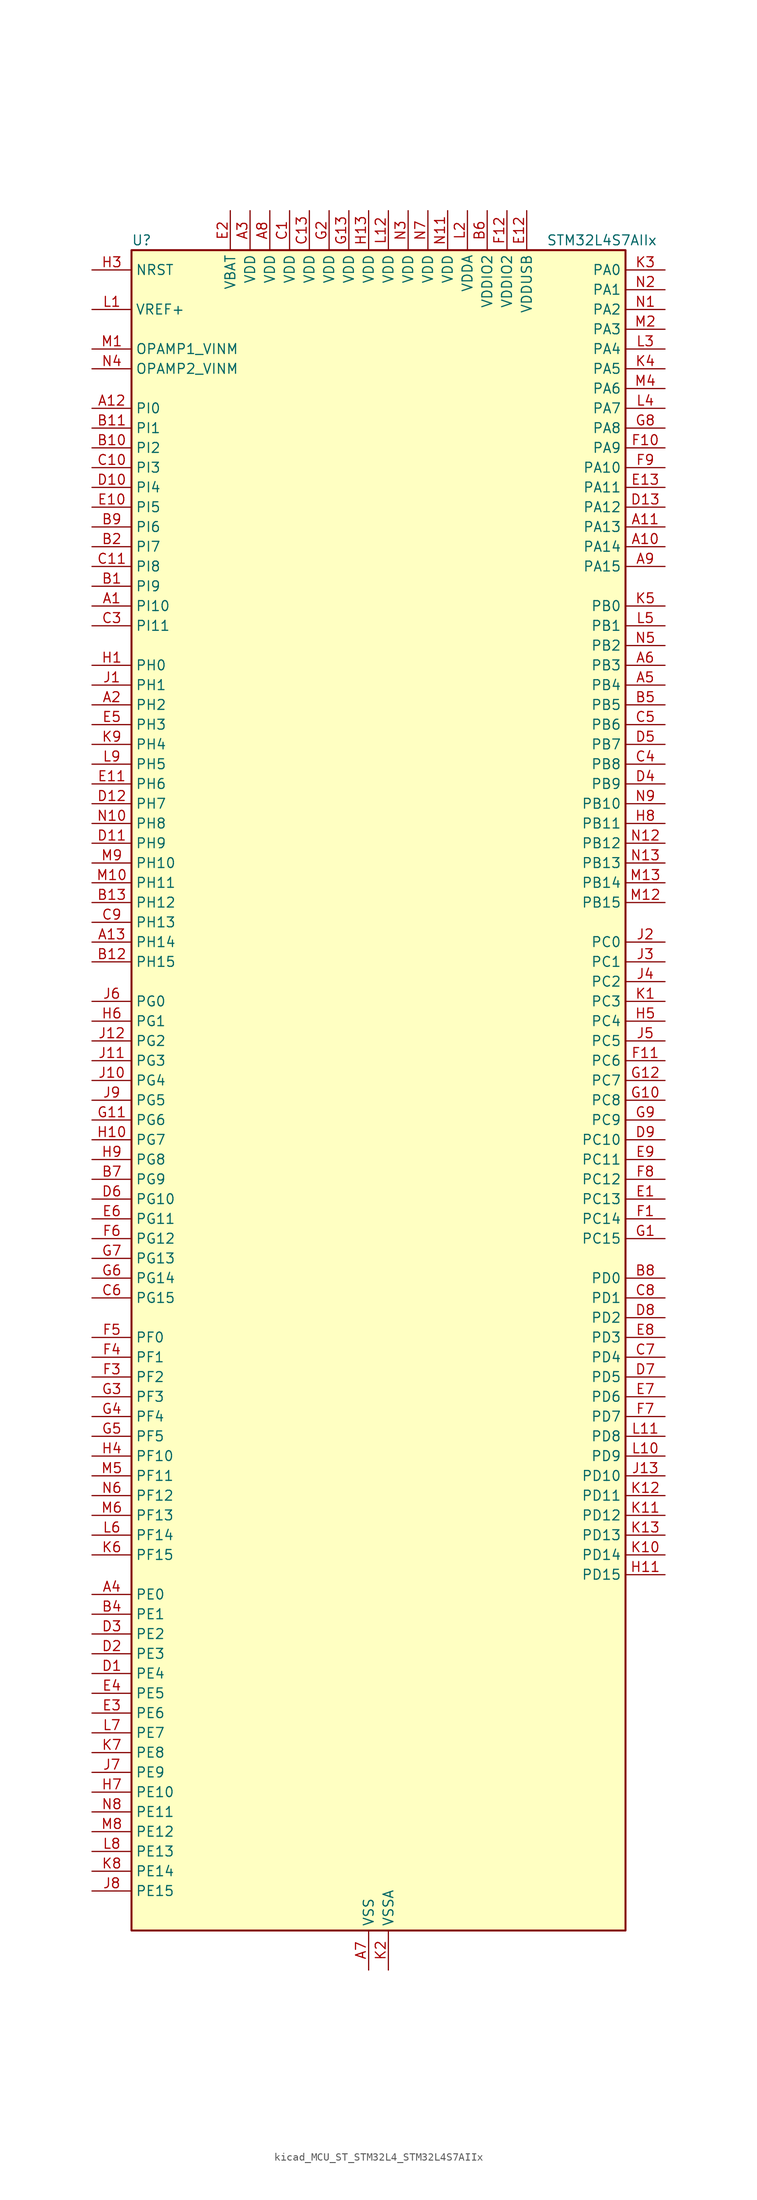
<source format=kicad_sym>
(kicad_symbol_lib
  (version 20220914)
  (generator kicad_symbol_editor)
  (symbol "kicad_MCU_ST_STM32L4_STM32L4S7AIIx"
    (property "Reference" "U"
      (at -30.48 110.49 0)
      (effects (font (size 1.27 1.27)) (justify left)))
    (property "Value" "STM32L4S7AIIx"
      (at 22.86 110.49 0)
      (effects (font (size 1.27 1.27)) (justify left)))
    (property "ki_locked" ""
      (at 0 0 0)
      (effects (font (size 1.27 1.27))))
    (symbol "kicad_MCU_ST_STM32L4_STM32L4S7AIIx_0_1"
      (rectangle (start -30.48 -106.68) (end 33.02 109.22) (stroke (width 0.254) (type default)) (fill (type background))))
    (symbol "kicad_MCU_ST_STM32L4_STM32L4S7AIIx_1_1"
      (pin bidirectional line (at -35.56 63.5 0) (length 5.08) (name "PI10" (effects (font (size 1.27 1.27)))) (number "A1" (effects (font (size 1.27 1.27)))) (alternate "OCTOSPIM_P2_IO1" bidirectional line))
      (pin bidirectional line (at 38.1 71.12 180) (length 5.08) (name "PA14" (effects (font (size 1.27 1.27)))) (number "A10" (effects (font (size 1.27 1.27)))) (alternate "I2C1_SMBA" bidirectional line) (alternate "I2C4_SMBA" bidirectional line) (alternate "LPTIM1_OUT" bidirectional line) (alternate "SAI1_FS_B" bidirectional line) (alternate "SYS_JTCK-SWCLK" bidirectional line) (alternate "USB_OTG_FS_SOF" bidirectional line))
      (pin bidirectional line (at 38.1 73.66 180) (length 5.08) (name "PA13" (effects (font (size 1.27 1.27)))) (number "A11" (effects (font (size 1.27 1.27)))) (alternate "IR_OUT" bidirectional line) (alternate "SAI1_SD_B" bidirectional line) (alternate "SYS_JTMS-SWDIO" bidirectional line) (alternate "USB_OTG_FS_NOE" bidirectional line))
      (pin bidirectional line (at -35.56 88.9 0) (length 5.08) (name "PI0" (effects (font (size 1.27 1.27)))) (number "A12" (effects (font (size 1.27 1.27)))) (alternate "DCMI_D13" bidirectional line) (alternate "OCTOSPIM_P1_IO5" bidirectional line) (alternate "SPI2_NSS" bidirectional line) (alternate "TIM5_CH4" bidirectional line))
      (pin bidirectional line (at -35.56 20.32 0) (length 5.08) (name "PH14" (effects (font (size 1.27 1.27)))) (number "A13" (effects (font (size 1.27 1.27)))) (alternate "DCMI_D4" bidirectional line) (alternate "TIM8_CH2N" bidirectional line))
      (pin bidirectional line (at -35.56 50.8 0) (length 5.08) (name "PH2" (effects (font (size 1.27 1.27)))) (number "A2" (effects (font (size 1.27 1.27)))) (alternate "OCTOSPIM_P1_IO4" bidirectional line))
      (pin power_in line (at -15.24 114.3 270) (length 5.08) (name "VDD" (effects (font (size 1.27 1.27)))) (number "A3" (effects (font (size 1.27 1.27)))))
      (pin bidirectional line (at -35.56 -63.5 0) (length 5.08) (name "PE0" (effects (font (size 1.27 1.27)))) (number "A4" (effects (font (size 1.27 1.27)))) (alternate "DCMI_D2" bidirectional line) (alternate "FMC_NBL0" bidirectional line) (alternate "LTDC_HSYNC" bidirectional line) (alternate "TIM16_CH1" bidirectional line) (alternate "TIM4_ETR" bidirectional line))
      (pin bidirectional line (at 38.1 53.34 180) (length 5.08) (name "PB4" (effects (font (size 1.27 1.27)))) (number "A5" (effects (font (size 1.27 1.27)))) (alternate "COMP2_INP" bidirectional line) (alternate "DCMI_D12" bidirectional line) (alternate "I2C3_SDA" bidirectional line) (alternate "SAI1_MCLK_B" bidirectional line) (alternate "SPI1_MISO" bidirectional line) (alternate "SPI3_MISO" bidirectional line) (alternate "SYS_JTRST" bidirectional line) (alternate "TIM17_BKIN" bidirectional line) (alternate "TIM3_CH1" bidirectional line) (alternate "TSC_G2_IO1" bidirectional line) (alternate "UART5_DE" bidirectional line) (alternate "UART5_RTS" bidirectional line) (alternate "USART1_CTS" bidirectional line) (alternate "USART1_NSS" bidirectional line))
      (pin bidirectional line (at 38.1 55.88 180) (length 5.08) (name "PB3" (effects (font (size 1.27 1.27)))) (number "A6" (effects (font (size 1.27 1.27)))) (alternate "COMP2_INM" bidirectional line) (alternate "CRS_SYNC" bidirectional line) (alternate "SAI1_SCK_B" bidirectional line) (alternate "SPI1_SCK" bidirectional line) (alternate "SPI3_SCK" bidirectional line) (alternate "SYS_JTDO-SWO" bidirectional line) (alternate "TIM2_CH2" bidirectional line) (alternate "USART1_DE" bidirectional line) (alternate "USART1_RTS" bidirectional line))
      (pin power_in line (at 0 -111.76 90) (length 5.08) (name "VSS" (effects (font (size 1.27 1.27)))) (number "A7" (effects (font (size 1.27 1.27)))))
      (pin power_in line (at -12.7 114.3 270) (length 5.08) (name "VDD" (effects (font (size 1.27 1.27)))) (number "A8" (effects (font (size 1.27 1.27)))))
      (pin bidirectional line (at 38.1 68.58 180) (length 5.08) (name "PA15" (effects (font (size 1.27 1.27)))) (number "A9" (effects (font (size 1.27 1.27)))) (alternate "ADC1_EXTI15" bidirectional line) (alternate "SAI2_FS_B" bidirectional line) (alternate "SPI1_NSS" bidirectional line) (alternate "SPI3_NSS" bidirectional line) (alternate "SYS_JTDI" bidirectional line) (alternate "TIM2_CH1" bidirectional line) (alternate "TIM2_ETR" bidirectional line) (alternate "TSC_G3_IO1" bidirectional line) (alternate "UART4_DE" bidirectional line) (alternate "UART4_RTS" bidirectional line) (alternate "USART2_RX" bidirectional line) (alternate "USART3_DE" bidirectional line) (alternate "USART3_RTS" bidirectional line))
      (pin bidirectional line (at -35.56 66.04 0) (length 5.08) (name "PI9" (effects (font (size 1.27 1.27)))) (number "B1" (effects (font (size 1.27 1.27)))) (alternate "CAN1_RX" bidirectional line) (alternate "DAC1_EXTI9" bidirectional line) (alternate "OCTOSPIM_P2_IO2" bidirectional line))
      (pin bidirectional line (at -35.56 83.82 0) (length 5.08) (name "PI2" (effects (font (size 1.27 1.27)))) (number "B10" (effects (font (size 1.27 1.27)))) (alternate "DCMI_D9" bidirectional line) (alternate "SPI2_MISO" bidirectional line) (alternate "TIM8_CH4" bidirectional line))
      (pin bidirectional line (at -35.56 86.36 0) (length 5.08) (name "PI1" (effects (font (size 1.27 1.27)))) (number "B11" (effects (font (size 1.27 1.27)))) (alternate "DCMI_D8" bidirectional line) (alternate "SPI2_SCK" bidirectional line))
      (pin bidirectional line (at -35.56 17.78 0) (length 5.08) (name "PH15" (effects (font (size 1.27 1.27)))) (number "B12" (effects (font (size 1.27 1.27)))) (alternate "ADC1_EXTI15" bidirectional line) (alternate "DCMI_D11" bidirectional line) (alternate "OCTOSPIM_P2_IO6" bidirectional line) (alternate "TIM8_CH3N" bidirectional line))
      (pin bidirectional line (at -35.56 25.4 0) (length 5.08) (name "PH12" (effects (font (size 1.27 1.27)))) (number "B13" (effects (font (size 1.27 1.27)))) (alternate "DCMI_D3" bidirectional line) (alternate "OCTOSPIM_P2_IO7" bidirectional line) (alternate "TIM5_CH3" bidirectional line))
      (pin bidirectional line (at -35.56 71.12 0) (length 5.08) (name "PI7" (effects (font (size 1.27 1.27)))) (number "B2" (effects (font (size 1.27 1.27)))) (alternate "DCMI_D7" bidirectional line) (alternate "TIM8_CH3" bidirectional line))
      (pin passive line (at 0 -111.76 90) (length 5.08) hide (name "VSS" (effects (font (size 1.27 1.27)))) (number "B3" (effects (font (size 1.27 1.27)))))
      (pin bidirectional line (at -35.56 -66.04 0) (length 5.08) (name "PE1" (effects (font (size 1.27 1.27)))) (number "B4" (effects (font (size 1.27 1.27)))) (alternate "DCMI_D3" bidirectional line) (alternate "FMC_NBL1" bidirectional line) (alternate "LTDC_VSYNC" bidirectional line) (alternate "TIM17_CH1" bidirectional line))
      (pin bidirectional line (at 38.1 50.8 180) (length 5.08) (name "PB5" (effects (font (size 1.27 1.27)))) (number "B5" (effects (font (size 1.27 1.27)))) (alternate "COMP2_OUT" bidirectional line) (alternate "DCMI_D10" bidirectional line) (alternate "I2C1_SMBA" bidirectional line) (alternate "LPTIM1_IN1" bidirectional line) (alternate "SAI1_SD_B" bidirectional line) (alternate "SPI1_MOSI" bidirectional line) (alternate "SPI3_MOSI" bidirectional line) (alternate "TIM16_BKIN" bidirectional line) (alternate "TIM3_CH2" bidirectional line) (alternate "TSC_G2_IO2" bidirectional line) (alternate "UART5_CTS" bidirectional line) (alternate "USART1_CK" bidirectional line))
      (pin power_in line (at 15.24 114.3 270) (length 5.08) (name "VDDIO2" (effects (font (size 1.27 1.27)))) (number "B6" (effects (font (size 1.27 1.27)))))
      (pin bidirectional line (at -35.56 -10.16 0) (length 5.08) (name "PG9" (effects (font (size 1.27 1.27)))) (number "B7" (effects (font (size 1.27 1.27)))) (alternate "DAC1_EXTI9" bidirectional line) (alternate "FMC_NCE" bidirectional line) (alternate "FMC_NE2" bidirectional line) (alternate "OCTOSPIM_P2_IO6" bidirectional line) (alternate "SAI2_SCK_A" bidirectional line) (alternate "SPI3_SCK" bidirectional line) (alternate "TIM15_CH1N" bidirectional line) (alternate "USART1_TX" bidirectional line))
      (pin bidirectional line (at 38.1 -22.86 180) (length 5.08) (name "PD0" (effects (font (size 1.27 1.27)))) (number "B8" (effects (font (size 1.27 1.27)))) (alternate "CAN1_RX" bidirectional line) (alternate "DFSDM1_DATIN7" bidirectional line) (alternate "FMC_D2" bidirectional line) (alternate "FMC_DA2" bidirectional line) (alternate "LTDC_B4" bidirectional line) (alternate "SPI2_NSS" bidirectional line))
      (pin bidirectional line (at -35.56 73.66 0) (length 5.08) (name "PI6" (effects (font (size 1.27 1.27)))) (number "B9" (effects (font (size 1.27 1.27)))) (alternate "DCMI_D6" bidirectional line) (alternate "OCTOSPIM_P2_CLK" bidirectional line) (alternate "TIM8_CH2" bidirectional line))
      (pin power_in line (at -10.16 114.3 270) (length 5.08) (name "VDD" (effects (font (size 1.27 1.27)))) (number "C1" (effects (font (size 1.27 1.27)))))
      (pin bidirectional line (at -35.56 81.28 0) (length 5.08) (name "PI3" (effects (font (size 1.27 1.27)))) (number "C10" (effects (font (size 1.27 1.27)))) (alternate "DCMI_D10" bidirectional line) (alternate "SPI2_MOSI" bidirectional line) (alternate "TIM8_ETR" bidirectional line))
      (pin bidirectional line (at -35.56 68.58 0) (length 5.08) (name "PI8" (effects (font (size 1.27 1.27)))) (number "C11" (effects (font (size 1.27 1.27)))) (alternate "DCMI_D12" bidirectional line) (alternate "OCTOSPIM_P2_NCS" bidirectional line))
      (pin passive line (at 0 -111.76 90) (length 5.08) hide (name "VSS" (effects (font (size 1.27 1.27)))) (number "C12" (effects (font (size 1.27 1.27)))))
      (pin power_in line (at -7.62 114.3 270) (length 5.08) (name "VDD" (effects (font (size 1.27 1.27)))) (number "C13" (effects (font (size 1.27 1.27)))))
      (pin passive line (at 0 -111.76 90) (length 5.08) hide (name "VSS" (effects (font (size 1.27 1.27)))) (number "C2" (effects (font (size 1.27 1.27)))))
      (pin bidirectional line (at -35.56 60.96 0) (length 5.08) (name "PI11" (effects (font (size 1.27 1.27)))) (number "C3" (effects (font (size 1.27 1.27)))) (alternate "ADC1_EXTI11" bidirectional line) (alternate "OCTOSPIM_P2_IO0" bidirectional line))
      (pin bidirectional line (at 38.1 43.18 180) (length 5.08) (name "PB8" (effects (font (size 1.27 1.27)))) (number "C4" (effects (font (size 1.27 1.27)))) (alternate "CAN1_RX" bidirectional line) (alternate "DCMI_D6" bidirectional line) (alternate "DFSDM1_CKOUT" bidirectional line) (alternate "DFSDM1_DATIN6" bidirectional line) (alternate "I2C1_SCL" bidirectional line) (alternate "LTDC_B1" bidirectional line) (alternate "SAI1_CK1" bidirectional line) (alternate "SAI1_MCLK_A" bidirectional line) (alternate "SDMMC1_CKIN" bidirectional line) (alternate "SDMMC1_D4" bidirectional line) (alternate "TIM16_CH1" bidirectional line) (alternate "TIM4_CH3" bidirectional line))
      (pin bidirectional line (at 38.1 48.26 180) (length 5.08) (name "PB6" (effects (font (size 1.27 1.27)))) (number "C5" (effects (font (size 1.27 1.27)))) (alternate "COMP2_INP" bidirectional line) (alternate "DCMI_D5" bidirectional line) (alternate "DFSDM1_DATIN5" bidirectional line) (alternate "I2C1_SCL" bidirectional line) (alternate "I2C4_SCL" bidirectional line) (alternate "LPTIM1_ETR" bidirectional line) (alternate "SAI1_FS_B" bidirectional line) (alternate "TIM16_CH1N" bidirectional line) (alternate "TIM4_CH1" bidirectional line) (alternate "TIM8_BKIN2" bidirectional line) (alternate "TSC_G2_IO3" bidirectional line) (alternate "USART1_TX" bidirectional line))
      (pin bidirectional line (at -35.56 -25.4 0) (length 5.08) (name "PG15" (effects (font (size 1.27 1.27)))) (number "C6" (effects (font (size 1.27 1.27)))) (alternate "ADC1_EXTI15" bidirectional line) (alternate "DCMI_D13" bidirectional line) (alternate "I2C1_SMBA" bidirectional line) (alternate "LPTIM1_OUT" bidirectional line) (alternate "OCTOSPIM_P2_DQS" bidirectional line))
      (pin bidirectional line (at 38.1 -33.02 180) (length 5.08) (name "PD4" (effects (font (size 1.27 1.27)))) (number "C7" (effects (font (size 1.27 1.27)))) (alternate "DFSDM1_CKIN0" bidirectional line) (alternate "FMC_NOE" bidirectional line) (alternate "OCTOSPIM_P1_IO4" bidirectional line) (alternate "SPI2_MOSI" bidirectional line) (alternate "USART2_DE" bidirectional line) (alternate "USART2_RTS" bidirectional line))
      (pin bidirectional line (at 38.1 -25.4 180) (length 5.08) (name "PD1" (effects (font (size 1.27 1.27)))) (number "C8" (effects (font (size 1.27 1.27)))) (alternate "CAN1_TX" bidirectional line) (alternate "DFSDM1_CKIN7" bidirectional line) (alternate "FMC_D3" bidirectional line) (alternate "FMC_DA3" bidirectional line) (alternate "LTDC_B5" bidirectional line) (alternate "SPI2_SCK" bidirectional line))
      (pin bidirectional line (at -35.56 22.86 0) (length 5.08) (name "PH13" (effects (font (size 1.27 1.27)))) (number "C9" (effects (font (size 1.27 1.27)))) (alternate "CAN1_TX" bidirectional line) (alternate "TIM8_CH1N" bidirectional line))
      (pin bidirectional line (at -35.56 -73.66 0) (length 5.08) (name "PE4" (effects (font (size 1.27 1.27)))) (number "D1" (effects (font (size 1.27 1.27)))) (alternate "DCMI_D4" bidirectional line) (alternate "DFSDM1_DATIN3" bidirectional line) (alternate "FMC_A20" bidirectional line) (alternate "LTDC_B0" bidirectional line) (alternate "SAI1_D2" bidirectional line) (alternate "SAI1_FS_A" bidirectional line) (alternate "SYS_TRACED1" bidirectional line) (alternate "TIM3_CH2" bidirectional line) (alternate "TSC_G7_IO3" bidirectional line))
      (pin bidirectional line (at -35.56 78.74 0) (length 5.08) (name "PI4" (effects (font (size 1.27 1.27)))) (number "D10" (effects (font (size 1.27 1.27)))) (alternate "DCMI_D5" bidirectional line) (alternate "TIM8_BKIN" bidirectional line))
      (pin bidirectional line (at -35.56 33.02 0) (length 5.08) (name "PH9" (effects (font (size 1.27 1.27)))) (number "D11" (effects (font (size 1.27 1.27)))) (alternate "DAC1_EXTI9" bidirectional line) (alternate "DCMI_D0" bidirectional line) (alternate "I2C3_SMBA" bidirectional line) (alternate "OCTOSPIM_P2_IO4" bidirectional line))
      (pin bidirectional line (at -35.56 38.1 0) (length 5.08) (name "PH7" (effects (font (size 1.27 1.27)))) (number "D12" (effects (font (size 1.27 1.27)))) (alternate "DCMI_D9" bidirectional line) (alternate "I2C3_SCL" bidirectional line))
      (pin bidirectional line (at 38.1 76.2 180) (length 5.08) (name "PA12" (effects (font (size 1.27 1.27)))) (number "D13" (effects (font (size 1.27 1.27)))) (alternate "CAN1_TX" bidirectional line) (alternate "SPI1_MOSI" bidirectional line) (alternate "TIM1_ETR" bidirectional line) (alternate "USART1_DE" bidirectional line) (alternate "USART1_RTS" bidirectional line) (alternate "USB_OTG_FS_DP" bidirectional line))
      (pin bidirectional line (at -35.56 -71.12 0) (length 5.08) (name "PE3" (effects (font (size 1.27 1.27)))) (number "D2" (effects (font (size 1.27 1.27)))) (alternate "FMC_A19" bidirectional line) (alternate "LTDC_R1" bidirectional line) (alternate "OCTOSPIM_P1_DQS" bidirectional line) (alternate "SAI1_SD_B" bidirectional line) (alternate "SYS_TRACED0" bidirectional line) (alternate "TIM3_CH1" bidirectional line) (alternate "TSC_G7_IO2" bidirectional line))
      (pin bidirectional line (at -35.56 -68.58 0) (length 5.08) (name "PE2" (effects (font (size 1.27 1.27)))) (number "D3" (effects (font (size 1.27 1.27)))) (alternate "FMC_A23" bidirectional line) (alternate "LTDC_R0" bidirectional line) (alternate "SAI1_CK1" bidirectional line) (alternate "SAI1_MCLK_A" bidirectional line) (alternate "SYS_TRACECLK" bidirectional line) (alternate "TIM3_ETR" bidirectional line) (alternate "TSC_G7_IO1" bidirectional line))
      (pin bidirectional line (at 38.1 40.64 180) (length 5.08) (name "PB9" (effects (font (size 1.27 1.27)))) (number "D4" (effects (font (size 1.27 1.27)))) (alternate "CAN1_TX" bidirectional line) (alternate "DAC1_EXTI9" bidirectional line) (alternate "DCMI_D7" bidirectional line) (alternate "DFSDM1_CKIN6" bidirectional line) (alternate "I2C1_SDA" bidirectional line) (alternate "IR_OUT" bidirectional line) (alternate "SAI1_D2" bidirectional line) (alternate "SAI1_FS_A" bidirectional line) (alternate "SDMMC1_CDIR" bidirectional line) (alternate "SDMMC1_D5" bidirectional line) (alternate "SPI2_NSS" bidirectional line) (alternate "TIM17_CH1" bidirectional line) (alternate "TIM4_CH4" bidirectional line))
      (pin bidirectional line (at 38.1 45.72 180) (length 5.08) (name "PB7" (effects (font (size 1.27 1.27)))) (number "D5" (effects (font (size 1.27 1.27)))) (alternate "COMP2_INM" bidirectional line) (alternate "DCMI_VSYNC" bidirectional line) (alternate "DFSDM1_CKIN5" bidirectional line) (alternate "FMC_NL" bidirectional line) (alternate "I2C1_SDA" bidirectional line) (alternate "I2C4_SDA" bidirectional line) (alternate "LPTIM1_IN2" bidirectional line) (alternate "SYS_PVD_IN" bidirectional line) (alternate "TIM17_CH1N" bidirectional line) (alternate "TIM4_CH2" bidirectional line) (alternate "TIM8_BKIN" bidirectional line) (alternate "TSC_G2_IO4" bidirectional line) (alternate "UART4_CTS" bidirectional line) (alternate "USART1_RX" bidirectional line))
      (pin bidirectional line (at -35.56 -12.7 0) (length 5.08) (name "PG10" (effects (font (size 1.27 1.27)))) (number "D6" (effects (font (size 1.27 1.27)))) (alternate "FMC_NE3" bidirectional line) (alternate "LPTIM1_IN1" bidirectional line) (alternate "OCTOSPIM_P2_IO7" bidirectional line) (alternate "SAI2_FS_A" bidirectional line) (alternate "SPI3_MISO" bidirectional line) (alternate "TIM15_CH1" bidirectional line) (alternate "USART1_RX" bidirectional line))
      (pin bidirectional line (at 38.1 -35.56 180) (length 5.08) (name "PD5" (effects (font (size 1.27 1.27)))) (number "D7" (effects (font (size 1.27 1.27)))) (alternate "FMC_NWE" bidirectional line) (alternate "OCTOSPIM_P1_IO5" bidirectional line) (alternate "USART2_TX" bidirectional line))
      (pin bidirectional line (at 38.1 -27.94 180) (length 5.08) (name "PD2" (effects (font (size 1.27 1.27)))) (number "D8" (effects (font (size 1.27 1.27)))) (alternate "DCMI_D11" bidirectional line) (alternate "SDMMC1_CMD" bidirectional line) (alternate "SYS_TRACED2" bidirectional line) (alternate "TIM3_ETR" bidirectional line) (alternate "TSC_SYNC" bidirectional line) (alternate "UART5_RX" bidirectional line) (alternate "USART3_DE" bidirectional line) (alternate "USART3_RTS" bidirectional line))
      (pin bidirectional line (at 38.1 -5.08 180) (length 5.08) (name "PC10" (effects (font (size 1.27 1.27)))) (number "D9" (effects (font (size 1.27 1.27)))) (alternate "DCMI_D8" bidirectional line) (alternate "SAI2_SCK_B" bidirectional line) (alternate "SDMMC1_D2" bidirectional line) (alternate "SPI3_SCK" bidirectional line) (alternate "SYS_TRACED1" bidirectional line) (alternate "TSC_G3_IO2" bidirectional line) (alternate "UART4_TX" bidirectional line) (alternate "USART3_TX" bidirectional line))
      (pin bidirectional line (at 38.1 -12.7 180) (length 5.08) (name "PC13" (effects (font (size 1.27 1.27)))) (number "E1" (effects (font (size 1.27 1.27)))) (alternate "RTC_OUT_ALARM" bidirectional line) (alternate "RTC_OUT_CALIB" bidirectional line) (alternate "RTC_TAMP1" bidirectional line) (alternate "RTC_TS" bidirectional line) (alternate "SYS_WKUP2" bidirectional line))
      (pin bidirectional line (at -35.56 76.2 0) (length 5.08) (name "PI5" (effects (font (size 1.27 1.27)))) (number "E10" (effects (font (size 1.27 1.27)))) (alternate "DCMI_VSYNC" bidirectional line) (alternate "OCTOSPIM_P2_NCS" bidirectional line) (alternate "TIM8_CH1" bidirectional line))
      (pin bidirectional line (at -35.56 40.64 0) (length 5.08) (name "PH6" (effects (font (size 1.27 1.27)))) (number "E11" (effects (font (size 1.27 1.27)))) (alternate "DCMI_D8" bidirectional line) (alternate "I2C2_SMBA" bidirectional line) (alternate "OCTOSPIM_P2_CLK" bidirectional line))
      (pin power_in line (at 20.32 114.3 270) (length 5.08) (name "VDDUSB" (effects (font (size 1.27 1.27)))) (number "E12" (effects (font (size 1.27 1.27)))))
      (pin bidirectional line (at 38.1 78.74 180) (length 5.08) (name "PA11" (effects (font (size 1.27 1.27)))) (number "E13" (effects (font (size 1.27 1.27)))) (alternate "ADC1_EXTI11" bidirectional line) (alternate "CAN1_RX" bidirectional line) (alternate "SPI1_MISO" bidirectional line) (alternate "TIM1_BKIN2" bidirectional line) (alternate "TIM1_CH4" bidirectional line) (alternate "USART1_CTS" bidirectional line) (alternate "USART1_NSS" bidirectional line) (alternate "USB_OTG_FS_DM" bidirectional line))
      (pin power_in line (at -17.78 114.3 270) (length 5.08) (name "VBAT" (effects (font (size 1.27 1.27)))) (number "E2" (effects (font (size 1.27 1.27)))))
      (pin bidirectional line (at -35.56 -78.74 0) (length 5.08) (name "PE6" (effects (font (size 1.27 1.27)))) (number "E3" (effects (font (size 1.27 1.27)))) (alternate "DCMI_D7" bidirectional line) (alternate "FMC_A22" bidirectional line) (alternate "LTDC_G1" bidirectional line) (alternate "RTC_TAMP3" bidirectional line) (alternate "SAI1_D1" bidirectional line) (alternate "SAI1_SD_A" bidirectional line) (alternate "SYS_TRACED3" bidirectional line) (alternate "SYS_WKUP3" bidirectional line) (alternate "TIM3_CH4" bidirectional line))
      (pin bidirectional line (at -35.56 -76.2 0) (length 5.08) (name "PE5" (effects (font (size 1.27 1.27)))) (number "E4" (effects (font (size 1.27 1.27)))) (alternate "DCMI_D6" bidirectional line) (alternate "DFSDM1_CKIN3" bidirectional line) (alternate "FMC_A21" bidirectional line) (alternate "LTDC_G0" bidirectional line) (alternate "SAI1_CK2" bidirectional line) (alternate "SAI1_SCK_A" bidirectional line) (alternate "SYS_TRACED2" bidirectional line) (alternate "TIM3_CH3" bidirectional line) (alternate "TSC_G7_IO4" bidirectional line))
      (pin bidirectional line (at -35.56 48.26 0) (length 5.08) (name "PH3" (effects (font (size 1.27 1.27)))) (number "E5" (effects (font (size 1.27 1.27)))))
      (pin bidirectional line (at -35.56 -15.24 0) (length 5.08) (name "PG11" (effects (font (size 1.27 1.27)))) (number "E6" (effects (font (size 1.27 1.27)))) (alternate "ADC1_EXTI11" bidirectional line) (alternate "LPTIM1_IN2" bidirectional line) (alternate "OCTOSPIM_P1_IO5" bidirectional line) (alternate "SAI2_MCLK_A" bidirectional line) (alternate "SPI3_MOSI" bidirectional line) (alternate "TIM15_CH2" bidirectional line) (alternate "USART1_CTS" bidirectional line) (alternate "USART1_NSS" bidirectional line))
      (pin bidirectional line (at 38.1 -38.1 180) (length 5.08) (name "PD6" (effects (font (size 1.27 1.27)))) (number "E7" (effects (font (size 1.27 1.27)))) (alternate "DCMI_D10" bidirectional line) (alternate "DFSDM1_DATIN1" bidirectional line) (alternate "FMC_NWAIT" bidirectional line) (alternate "LTDC_DE" bidirectional line) (alternate "OCTOSPIM_P1_IO6" bidirectional line) (alternate "SAI1_D1" bidirectional line) (alternate "SAI1_SD_A" bidirectional line) (alternate "SPI3_MOSI" bidirectional line) (alternate "USART2_RX" bidirectional line))
      (pin bidirectional line (at 38.1 -30.48 180) (length 5.08) (name "PD3" (effects (font (size 1.27 1.27)))) (number "E8" (effects (font (size 1.27 1.27)))) (alternate "DCMI_D5" bidirectional line) (alternate "DFSDM1_DATIN0" bidirectional line) (alternate "FMC_CLK" bidirectional line) (alternate "LTDC_CLK" bidirectional line) (alternate "OCTOSPIM_P2_NCS" bidirectional line) (alternate "SPI2_MISO" bidirectional line) (alternate "SPI2_SCK" bidirectional line) (alternate "USART2_CTS" bidirectional line) (alternate "USART2_NSS" bidirectional line))
      (pin bidirectional line (at 38.1 -7.62 180) (length 5.08) (name "PC11" (effects (font (size 1.27 1.27)))) (number "E9" (effects (font (size 1.27 1.27)))) (alternate "ADC1_EXTI11" bidirectional line) (alternate "DCMI_D2" bidirectional line) (alternate "DCMI_D4" bidirectional line) (alternate "OCTOSPIM_P1_NCS" bidirectional line) (alternate "SAI2_MCLK_B" bidirectional line) (alternate "SDMMC1_D3" bidirectional line) (alternate "SPI3_MISO" bidirectional line) (alternate "TSC_G3_IO3" bidirectional line) (alternate "UART4_RX" bidirectional line) (alternate "USART3_RX" bidirectional line))
      (pin bidirectional line (at 38.1 -15.24 180) (length 5.08) (name "PC14" (effects (font (size 1.27 1.27)))) (number "F1" (effects (font (size 1.27 1.27)))) (alternate "RCC_OSC32_IN" bidirectional line))
      (pin bidirectional line (at 38.1 83.82 180) (length 5.08) (name "PA9" (effects (font (size 1.27 1.27)))) (number "F10" (effects (font (size 1.27 1.27)))) (alternate "DAC1_EXTI9" bidirectional line) (alternate "DCMI_D0" bidirectional line) (alternate "SAI1_FS_A" bidirectional line) (alternate "SPI2_SCK" bidirectional line) (alternate "TIM15_BKIN" bidirectional line) (alternate "TIM1_CH2" bidirectional line) (alternate "USART1_TX" bidirectional line) (alternate "USB_OTG_FS_VBUS" bidirectional line))
      (pin bidirectional line (at 38.1 5.08 180) (length 5.08) (name "PC6" (effects (font (size 1.27 1.27)))) (number "F11" (effects (font (size 1.27 1.27)))) (alternate "DCMI_D0" bidirectional line) (alternate "DFSDM1_CKIN3" bidirectional line) (alternate "LTDC_R0" bidirectional line) (alternate "SAI2_MCLK_A" bidirectional line) (alternate "SDMMC1_D0DIR" bidirectional line) (alternate "SDMMC1_D6" bidirectional line) (alternate "TIM3_CH1" bidirectional line) (alternate "TIM8_CH1" bidirectional line) (alternate "TSC_G4_IO1" bidirectional line))
      (pin power_in line (at 17.78 114.3 270) (length 5.08) (name "VDDIO2" (effects (font (size 1.27 1.27)))) (number "F12" (effects (font (size 1.27 1.27)))))
      (pin passive line (at 0 -111.76 90) (length 5.08) hide (name "VSS" (effects (font (size 1.27 1.27)))) (number "F13" (effects (font (size 1.27 1.27)))))
      (pin passive line (at 0 -111.76 90) (length 5.08) hide (name "VSS" (effects (font (size 1.27 1.27)))) (number "F2" (effects (font (size 1.27 1.27)))))
      (pin bidirectional line (at -35.56 -35.56 0) (length 5.08) (name "PF2" (effects (font (size 1.27 1.27)))) (number "F3" (effects (font (size 1.27 1.27)))) (alternate "FMC_A2" bidirectional line) (alternate "I2C2_SMBA" bidirectional line) (alternate "OCTOSPIM_P2_IO2" bidirectional line))
      (pin bidirectional line (at -35.56 -33.02 0) (length 5.08) (name "PF1" (effects (font (size 1.27 1.27)))) (number "F4" (effects (font (size 1.27 1.27)))) (alternate "FMC_A1" bidirectional line) (alternate "I2C2_SCL" bidirectional line) (alternate "OCTOSPIM_P2_IO1" bidirectional line))
      (pin bidirectional line (at -35.56 -30.48 0) (length 5.08) (name "PF0" (effects (font (size 1.27 1.27)))) (number "F5" (effects (font (size 1.27 1.27)))) (alternate "FMC_A0" bidirectional line) (alternate "I2C2_SDA" bidirectional line) (alternate "OCTOSPIM_P2_IO0" bidirectional line))
      (pin bidirectional line (at -35.56 -17.78 0) (length 5.08) (name "PG12" (effects (font (size 1.27 1.27)))) (number "F6" (effects (font (size 1.27 1.27)))) (alternate "FMC_NE4" bidirectional line) (alternate "LPTIM1_ETR" bidirectional line) (alternate "OCTOSPIM_P2_NCS" bidirectional line) (alternate "SAI2_SD_A" bidirectional line) (alternate "SPI3_NSS" bidirectional line) (alternate "USART1_DE" bidirectional line) (alternate "USART1_RTS" bidirectional line))
      (pin bidirectional line (at 38.1 -40.64 180) (length 5.08) (name "PD7" (effects (font (size 1.27 1.27)))) (number "F7" (effects (font (size 1.27 1.27)))) (alternate "DFSDM1_CKIN1" bidirectional line) (alternate "FMC_NCE" bidirectional line) (alternate "FMC_NE1" bidirectional line) (alternate "OCTOSPIM_P1_IO7" bidirectional line) (alternate "USART2_CK" bidirectional line))
      (pin bidirectional line (at 38.1 -10.16 180) (length 5.08) (name "PC12" (effects (font (size 1.27 1.27)))) (number "F8" (effects (font (size 1.27 1.27)))) (alternate "DCMI_D9" bidirectional line) (alternate "SAI2_SD_B" bidirectional line) (alternate "SDMMC1_CK" bidirectional line) (alternate "SPI3_MOSI" bidirectional line) (alternate "SYS_TRACED3" bidirectional line) (alternate "TSC_G3_IO4" bidirectional line) (alternate "UART5_TX" bidirectional line) (alternate "USART3_CK" bidirectional line))
      (pin bidirectional line (at 38.1 81.28 180) (length 5.08) (name "PA10" (effects (font (size 1.27 1.27)))) (number "F9" (effects (font (size 1.27 1.27)))) (alternate "DCMI_D1" bidirectional line) (alternate "SAI1_D1" bidirectional line) (alternate "SAI1_SD_A" bidirectional line) (alternate "TIM17_BKIN" bidirectional line) (alternate "TIM1_CH3" bidirectional line) (alternate "USART1_RX" bidirectional line) (alternate "USB_OTG_FS_ID" bidirectional line))
      (pin bidirectional line (at 38.1 -17.78 180) (length 5.08) (name "PC15" (effects (font (size 1.27 1.27)))) (number "G1" (effects (font (size 1.27 1.27)))) (alternate "ADC1_EXTI15" bidirectional line) (alternate "RCC_OSC32_OUT" bidirectional line))
      (pin bidirectional line (at 38.1 0 180) (length 5.08) (name "PC8" (effects (font (size 1.27 1.27)))) (number "G10" (effects (font (size 1.27 1.27)))) (alternate "DCMI_D2" bidirectional line) (alternate "SDMMC1_D0" bidirectional line) (alternate "TIM3_CH3" bidirectional line) (alternate "TIM8_CH3" bidirectional line) (alternate "TSC_G4_IO3" bidirectional line))
      (pin bidirectional line (at -35.56 -2.54 0) (length 5.08) (name "PG6" (effects (font (size 1.27 1.27)))) (number "G11" (effects (font (size 1.27 1.27)))) (alternate "I2C3_SMBA" bidirectional line) (alternate "LPUART1_DE" bidirectional line) (alternate "LPUART1_RTS" bidirectional line) (alternate "LTDC_R1" bidirectional line) (alternate "OCTOSPIM_P1_DQS" bidirectional line))
      (pin bidirectional line (at 38.1 2.54 180) (length 5.08) (name "PC7" (effects (font (size 1.27 1.27)))) (number "G12" (effects (font (size 1.27 1.27)))) (alternate "DCMI_D1" bidirectional line) (alternate "DFSDM1_DATIN3" bidirectional line) (alternate "LTDC_R1" bidirectional line) (alternate "SAI2_MCLK_B" bidirectional line) (alternate "SDMMC1_D123DIR" bidirectional line) (alternate "SDMMC1_D7" bidirectional line) (alternate "TIM3_CH2" bidirectional line) (alternate "TIM8_CH2" bidirectional line) (alternate "TSC_G4_IO2" bidirectional line))
      (pin power_in line (at -2.54 114.3 270) (length 5.08) (name "VDD" (effects (font (size 1.27 1.27)))) (number "G13" (effects (font (size 1.27 1.27)))))
      (pin power_in line (at -5.08 114.3 270) (length 5.08) (name "VDD" (effects (font (size 1.27 1.27)))) (number "G2" (effects (font (size 1.27 1.27)))))
      (pin bidirectional line (at -35.56 -38.1 0) (length 5.08) (name "PF3" (effects (font (size 1.27 1.27)))) (number "G3" (effects (font (size 1.27 1.27)))) (alternate "FMC_A3" bidirectional line) (alternate "OCTOSPIM_P2_IO3" bidirectional line))
      (pin bidirectional line (at -35.56 -40.64 0) (length 5.08) (name "PF4" (effects (font (size 1.27 1.27)))) (number "G4" (effects (font (size 1.27 1.27)))) (alternate "FMC_A4" bidirectional line) (alternate "OCTOSPIM_P2_CLK" bidirectional line))
      (pin bidirectional line (at -35.56 -43.18 0) (length 5.08) (name "PF5" (effects (font (size 1.27 1.27)))) (number "G5" (effects (font (size 1.27 1.27)))) (alternate "FMC_A5" bidirectional line))
      (pin bidirectional line (at -35.56 -22.86 0) (length 5.08) (name "PG14" (effects (font (size 1.27 1.27)))) (number "G6" (effects (font (size 1.27 1.27)))) (alternate "FMC_A25" bidirectional line) (alternate "I2C1_SCL" bidirectional line) (alternate "LTDC_R1" bidirectional line))
      (pin bidirectional line (at -35.56 -20.32 0) (length 5.08) (name "PG13" (effects (font (size 1.27 1.27)))) (number "G7" (effects (font (size 1.27 1.27)))) (alternate "FMC_A24" bidirectional line) (alternate "I2C1_SDA" bidirectional line) (alternate "LTDC_R0" bidirectional line) (alternate "USART1_CK" bidirectional line))
      (pin bidirectional line (at 38.1 86.36 180) (length 5.08) (name "PA8" (effects (font (size 1.27 1.27)))) (number "G8" (effects (font (size 1.27 1.27)))) (alternate "LPTIM2_OUT" bidirectional line) (alternate "RCC_MCO" bidirectional line) (alternate "SAI1_CK2" bidirectional line) (alternate "SAI1_SCK_A" bidirectional line) (alternate "TIM1_CH1" bidirectional line) (alternate "USART1_CK" bidirectional line) (alternate "USB_OTG_FS_SOF" bidirectional line))
      (pin bidirectional line (at 38.1 -2.54 180) (length 5.08) (name "PC9" (effects (font (size 1.27 1.27)))) (number "G9" (effects (font (size 1.27 1.27)))) (alternate "DAC1_EXTI9" bidirectional line) (alternate "DCMI_D3" bidirectional line) (alternate "I2C3_SDA" bidirectional line) (alternate "SAI2_EXTCLK" bidirectional line) (alternate "SDMMC1_D1" bidirectional line) (alternate "SYS_TRACED0" bidirectional line) (alternate "TIM3_CH4" bidirectional line) (alternate "TIM8_BKIN2" bidirectional line) (alternate "TIM8_CH4" bidirectional line) (alternate "TSC_G4_IO4" bidirectional line) (alternate "USB_OTG_FS_NOE" bidirectional line))
      (pin bidirectional line (at -35.56 55.88 0) (length 5.08) (name "PH0" (effects (font (size 1.27 1.27)))) (number "H1" (effects (font (size 1.27 1.27)))) (alternate "RCC_OSC_IN" bidirectional line))
      (pin bidirectional line (at -35.56 -5.08 0) (length 5.08) (name "PG7" (effects (font (size 1.27 1.27)))) (number "H10" (effects (font (size 1.27 1.27)))) (alternate "DFSDM1_CKOUT" bidirectional line) (alternate "FMC_INT" bidirectional line) (alternate "I2C3_SCL" bidirectional line) (alternate "LPUART1_TX" bidirectional line) (alternate "OCTOSPIM_P2_DQS" bidirectional line) (alternate "SAI1_CK1" bidirectional line) (alternate "SAI1_MCLK_A" bidirectional line))
      (pin bidirectional line (at 38.1 -60.96 180) (length 5.08) (name "PD15" (effects (font (size 1.27 1.27)))) (number "H11" (effects (font (size 1.27 1.27)))) (alternate "ADC1_EXTI15" bidirectional line) (alternate "FMC_D1" bidirectional line) (alternate "FMC_DA1" bidirectional line) (alternate "LTDC_B3" bidirectional line) (alternate "TIM4_CH4" bidirectional line))
      (pin passive line (at 0 -111.76 90) (length 5.08) hide (name "VSS" (effects (font (size 1.27 1.27)))) (number "H12" (effects (font (size 1.27 1.27)))))
      (pin power_in line (at 0 114.3 270) (length 5.08) (name "VDD" (effects (font (size 1.27 1.27)))) (number "H13" (effects (font (size 1.27 1.27)))))
      (pin passive line (at 0 -111.76 90) (length 5.08) hide (name "VSS" (effects (font (size 1.27 1.27)))) (number "H2" (effects (font (size 1.27 1.27)))))
      (pin input line (at -35.56 106.68 0) (length 5.08) (name "NRST" (effects (font (size 1.27 1.27)))) (number "H3" (effects (font (size 1.27 1.27)))))
      (pin bidirectional line (at -35.56 -45.72 0) (length 5.08) (name "PF10" (effects (font (size 1.27 1.27)))) (number "H4" (effects (font (size 1.27 1.27)))) (alternate "DCMI_D11" bidirectional line) (alternate "DFSDM1_CKOUT" bidirectional line) (alternate "OCTOSPIM_P1_CLK" bidirectional line) (alternate "SAI1_D3" bidirectional line) (alternate "TIM15_CH2" bidirectional line))
      (pin bidirectional line (at 38.1 10.16 180) (length 5.08) (name "PC4" (effects (font (size 1.27 1.27)))) (number "H5" (effects (font (size 1.27 1.27)))) (alternate "ADC1_IN13" bidirectional line) (alternate "COMP1_INM" bidirectional line) (alternate "OCTOSPIM_P1_IO7" bidirectional line) (alternate "USART3_TX" bidirectional line))
      (pin bidirectional line (at -35.56 10.16 0) (length 5.08) (name "PG1" (effects (font (size 1.27 1.27)))) (number "H6" (effects (font (size 1.27 1.27)))) (alternate "FMC_A11" bidirectional line) (alternate "OCTOSPIM_P2_IO5" bidirectional line) (alternate "TSC_G8_IO4" bidirectional line))
      (pin bidirectional line (at -35.56 -88.9 0) (length 5.08) (name "PE10" (effects (font (size 1.27 1.27)))) (number "H7" (effects (font (size 1.27 1.27)))) (alternate "DFSDM1_DATIN4" bidirectional line) (alternate "FMC_D7" bidirectional line) (alternate "FMC_DA7" bidirectional line) (alternate "LTDC_G3" bidirectional line) (alternate "OCTOSPIM_P1_CLK" bidirectional line) (alternate "SAI1_MCLK_B" bidirectional line) (alternate "TIM1_CH2N" bidirectional line) (alternate "TSC_G5_IO1" bidirectional line))
      (pin bidirectional line (at 38.1 35.56 180) (length 5.08) (name "PB11" (effects (font (size 1.27 1.27)))) (number "H8" (effects (font (size 1.27 1.27)))) (alternate "ADC1_EXTI11" bidirectional line) (alternate "COMP2_OUT" bidirectional line) (alternate "DFSDM1_CKIN7" bidirectional line) (alternate "I2C2_SDA" bidirectional line) (alternate "I2C4_SDA" bidirectional line) (alternate "LPUART1_TX" bidirectional line) (alternate "OCTOSPIM_P1_NCS" bidirectional line) (alternate "TIM2_CH4" bidirectional line) (alternate "USART3_RX" bidirectional line))
      (pin bidirectional line (at -35.56 -7.62 0) (length 5.08) (name "PG8" (effects (font (size 1.27 1.27)))) (number "H9" (effects (font (size 1.27 1.27)))) (alternate "I2C3_SDA" bidirectional line) (alternate "LPUART1_RX" bidirectional line))
      (pin bidirectional line (at -35.56 53.34 0) (length 5.08) (name "PH1" (effects (font (size 1.27 1.27)))) (number "J1" (effects (font (size 1.27 1.27)))) (alternate "RCC_OSC_OUT" bidirectional line))
      (pin bidirectional line (at -35.56 2.54 0) (length 5.08) (name "PG4" (effects (font (size 1.27 1.27)))) (number "J10" (effects (font (size 1.27 1.27)))) (alternate "FMC_A14" bidirectional line) (alternate "SAI2_MCLK_B" bidirectional line) (alternate "SPI1_MOSI" bidirectional line))
      (pin bidirectional line (at -35.56 5.08 0) (length 5.08) (name "PG3" (effects (font (size 1.27 1.27)))) (number "J11" (effects (font (size 1.27 1.27)))) (alternate "FMC_A13" bidirectional line) (alternate "SAI2_FS_B" bidirectional line) (alternate "SPI1_MISO" bidirectional line))
      (pin bidirectional line (at -35.56 7.62 0) (length 5.08) (name "PG2" (effects (font (size 1.27 1.27)))) (number "J12" (effects (font (size 1.27 1.27)))) (alternate "FMC_A12" bidirectional line) (alternate "SAI2_SCK_B" bidirectional line) (alternate "SPI1_SCK" bidirectional line))
      (pin bidirectional line (at 38.1 -48.26 180) (length 5.08) (name "PD10" (effects (font (size 1.27 1.27)))) (number "J13" (effects (font (size 1.27 1.27)))) (alternate "FMC_D15" bidirectional line) (alternate "FMC_DA15" bidirectional line) (alternate "LTDC_R5" bidirectional line) (alternate "SAI2_SCK_A" bidirectional line) (alternate "TSC_G6_IO1" bidirectional line) (alternate "USART3_CK" bidirectional line))
      (pin bidirectional line (at 38.1 20.32 180) (length 5.08) (name "PC0" (effects (font (size 1.27 1.27)))) (number "J2" (effects (font (size 1.27 1.27)))) (alternate "ADC1_IN1" bidirectional line) (alternate "DFSDM1_DATIN4" bidirectional line) (alternate "I2C3_SCL" bidirectional line) (alternate "LPTIM1_IN1" bidirectional line) (alternate "LPTIM2_IN1" bidirectional line) (alternate "LPUART1_RX" bidirectional line) (alternate "SAI2_FS_A" bidirectional line))
      (pin bidirectional line (at 38.1 17.78 180) (length 5.08) (name "PC1" (effects (font (size 1.27 1.27)))) (number "J3" (effects (font (size 1.27 1.27)))) (alternate "ADC1_IN2" bidirectional line) (alternate "DFSDM1_CKIN4" bidirectional line) (alternate "I2C3_SDA" bidirectional line) (alternate "LPTIM1_OUT" bidirectional line) (alternate "LPUART1_TX" bidirectional line) (alternate "OCTOSPIM_P1_IO4" bidirectional line) (alternate "SAI1_SD_A" bidirectional line) (alternate "SPI2_MOSI" bidirectional line) (alternate "SYS_TRACED0" bidirectional line))
      (pin bidirectional line (at 38.1 15.24 180) (length 5.08) (name "PC2" (effects (font (size 1.27 1.27)))) (number "J4" (effects (font (size 1.27 1.27)))) (alternate "ADC1_IN3" bidirectional line) (alternate "DFSDM1_CKOUT" bidirectional line) (alternate "LPTIM1_IN2" bidirectional line) (alternate "OCTOSPIM_P1_IO5" bidirectional line) (alternate "SPI2_MISO" bidirectional line))
      (pin bidirectional line (at 38.1 7.62 180) (length 5.08) (name "PC5" (effects (font (size 1.27 1.27)))) (number "J5" (effects (font (size 1.27 1.27)))) (alternate "ADC1_IN14" bidirectional line) (alternate "COMP1_INP" bidirectional line) (alternate "SAI1_D3" bidirectional line) (alternate "SYS_WKUP5" bidirectional line) (alternate "USART3_RX" bidirectional line))
      (pin bidirectional line (at -35.56 12.7 0) (length 5.08) (name "PG0" (effects (font (size 1.27 1.27)))) (number "J6" (effects (font (size 1.27 1.27)))) (alternate "FMC_A10" bidirectional line) (alternate "OCTOSPIM_P2_IO4" bidirectional line) (alternate "TSC_G8_IO3" bidirectional line))
      (pin bidirectional line (at -35.56 -86.36 0) (length 5.08) (name "PE9" (effects (font (size 1.27 1.27)))) (number "J7" (effects (font (size 1.27 1.27)))) (alternate "DAC1_EXTI9" bidirectional line) (alternate "DFSDM1_CKOUT" bidirectional line) (alternate "FMC_D6" bidirectional line) (alternate "FMC_DA6" bidirectional line) (alternate "LTDC_G2" bidirectional line) (alternate "SAI1_FS_B" bidirectional line) (alternate "TIM1_CH1" bidirectional line))
      (pin bidirectional line (at -35.56 -101.6 0) (length 5.08) (name "PE15" (effects (font (size 1.27 1.27)))) (number "J8" (effects (font (size 1.27 1.27)))) (alternate "ADC1_EXTI15" bidirectional line) (alternate "FMC_D12" bidirectional line) (alternate "FMC_DA12" bidirectional line) (alternate "LTDC_R2" bidirectional line) (alternate "OCTOSPIM_P1_IO3" bidirectional line) (alternate "SPI1_MOSI" bidirectional line) (alternate "TIM1_BKIN" bidirectional line))
      (pin bidirectional line (at -35.56 0 0) (length 5.08) (name "PG5" (effects (font (size 1.27 1.27)))) (number "J9" (effects (font (size 1.27 1.27)))) (alternate "FMC_A15" bidirectional line) (alternate "LPUART1_CTS" bidirectional line) (alternate "SAI2_SD_B" bidirectional line) (alternate "SPI1_NSS" bidirectional line))
      (pin bidirectional line (at 38.1 12.7 180) (length 5.08) (name "PC3" (effects (font (size 1.27 1.27)))) (number "K1" (effects (font (size 1.27 1.27)))) (alternate "ADC1_IN4" bidirectional line) (alternate "LPTIM1_ETR" bidirectional line) (alternate "LPTIM2_ETR" bidirectional line) (alternate "OCTOSPIM_P1_IO6" bidirectional line) (alternate "SAI1_D1" bidirectional line) (alternate "SAI1_SD_A" bidirectional line) (alternate "SPI2_MOSI" bidirectional line))
      (pin bidirectional line (at 38.1 -58.42 180) (length 5.08) (name "PD14" (effects (font (size 1.27 1.27)))) (number "K10" (effects (font (size 1.27 1.27)))) (alternate "FMC_D0" bidirectional line) (alternate "FMC_DA0" bidirectional line) (alternate "LTDC_B2" bidirectional line) (alternate "TIM4_CH3" bidirectional line))
      (pin bidirectional line (at 38.1 -53.34 180) (length 5.08) (name "PD12" (effects (font (size 1.27 1.27)))) (number "K11" (effects (font (size 1.27 1.27)))) (alternate "FMC_A17" bidirectional line) (alternate "FMC_ALE" bidirectional line) (alternate "I2C4_SCL" bidirectional line) (alternate "LPTIM2_IN1" bidirectional line) (alternate "LTDC_R7" bidirectional line) (alternate "SAI2_FS_A" bidirectional line) (alternate "TIM4_CH1" bidirectional line) (alternate "TSC_G6_IO3" bidirectional line) (alternate "USART3_DE" bidirectional line) (alternate "USART3_RTS" bidirectional line))
      (pin bidirectional line (at 38.1 -50.8 180) (length 5.08) (name "PD11" (effects (font (size 1.27 1.27)))) (number "K12" (effects (font (size 1.27 1.27)))) (alternate "ADC1_EXTI11" bidirectional line) (alternate "FMC_A16" bidirectional line) (alternate "FMC_CLE" bidirectional line) (alternate "I2C4_SMBA" bidirectional line) (alternate "LPTIM2_ETR" bidirectional line) (alternate "LTDC_R6" bidirectional line) (alternate "SAI2_SD_A" bidirectional line) (alternate "TSC_G6_IO2" bidirectional line) (alternate "USART3_CTS" bidirectional line) (alternate "USART3_NSS" bidirectional line))
      (pin bidirectional line (at 38.1 -55.88 180) (length 5.08) (name "PD13" (effects (font (size 1.27 1.27)))) (number "K13" (effects (font (size 1.27 1.27)))) (alternate "FMC_A18" bidirectional line) (alternate "I2C4_SDA" bidirectional line) (alternate "LPTIM2_OUT" bidirectional line) (alternate "TIM4_CH2" bidirectional line) (alternate "TSC_G6_IO4" bidirectional line))
      (pin power_in line (at 2.54 -111.76 90) (length 5.08) (name "VSSA" (effects (font (size 1.27 1.27)))) (number "K2" (effects (font (size 1.27 1.27)))))
      (pin bidirectional line (at 38.1 106.68 180) (length 5.08) (name "PA0" (effects (font (size 1.27 1.27)))) (number "K3" (effects (font (size 1.27 1.27)))) (alternate "ADC1_IN5" bidirectional line) (alternate "OPAMP1_VINP" bidirectional line) (alternate "RTC_TAMP2" bidirectional line) (alternate "SAI1_EXTCLK" bidirectional line) (alternate "SYS_WKUP1" bidirectional line) (alternate "TIM2_CH1" bidirectional line) (alternate "TIM2_ETR" bidirectional line) (alternate "TIM5_CH1" bidirectional line) (alternate "TIM8_ETR" bidirectional line) (alternate "UART4_TX" bidirectional line) (alternate "USART2_CTS" bidirectional line) (alternate "USART2_NSS" bidirectional line))
      (pin bidirectional line (at 38.1 93.98 180) (length 5.08) (name "PA5" (effects (font (size 1.27 1.27)))) (number "K4" (effects (font (size 1.27 1.27)))) (alternate "ADC1_IN10" bidirectional line) (alternate "DAC1_OUT2" bidirectional line) (alternate "LPTIM2_ETR" bidirectional line) (alternate "SPI1_SCK" bidirectional line) (alternate "TIM2_CH1" bidirectional line) (alternate "TIM2_ETR" bidirectional line) (alternate "TIM8_CH1N" bidirectional line))
      (pin bidirectional line (at 38.1 63.5 180) (length 5.08) (name "PB0" (effects (font (size 1.27 1.27)))) (number "K5" (effects (font (size 1.27 1.27)))) (alternate "ADC1_IN15" bidirectional line) (alternate "COMP1_OUT" bidirectional line) (alternate "OCTOSPIM_P1_IO1" bidirectional line) (alternate "OPAMP2_VOUT" bidirectional line) (alternate "SAI1_EXTCLK" bidirectional line) (alternate "SPI1_NSS" bidirectional line) (alternate "TIM1_CH2N" bidirectional line) (alternate "TIM3_CH3" bidirectional line) (alternate "TIM8_CH2N" bidirectional line) (alternate "USART3_CK" bidirectional line))
      (pin bidirectional line (at -35.56 -58.42 0) (length 5.08) (name "PF15" (effects (font (size 1.27 1.27)))) (number "K6" (effects (font (size 1.27 1.27)))) (alternate "ADC1_EXTI15" bidirectional line) (alternate "FMC_A9" bidirectional line) (alternate "I2C4_SDA" bidirectional line) (alternate "LTDC_G1" bidirectional line) (alternate "TSC_G8_IO2" bidirectional line))
      (pin bidirectional line (at -35.56 -83.82 0) (length 5.08) (name "PE8" (effects (font (size 1.27 1.27)))) (number "K7" (effects (font (size 1.27 1.27)))) (alternate "DFSDM1_CKIN2" bidirectional line) (alternate "FMC_D5" bidirectional line) (alternate "FMC_DA5" bidirectional line) (alternate "LTDC_B7" bidirectional line) (alternate "SAI1_SCK_B" bidirectional line) (alternate "TIM1_CH1N" bidirectional line))
      (pin bidirectional line (at -35.56 -99.06 0) (length 5.08) (name "PE14" (effects (font (size 1.27 1.27)))) (number "K8" (effects (font (size 1.27 1.27)))) (alternate "FMC_D11" bidirectional line) (alternate "FMC_DA11" bidirectional line) (alternate "LTDC_G7" bidirectional line) (alternate "OCTOSPIM_P1_IO2" bidirectional line) (alternate "SPI1_MISO" bidirectional line) (alternate "TIM1_BKIN2" bidirectional line) (alternate "TIM1_CH4" bidirectional line))
      (pin bidirectional line (at -35.56 45.72 0) (length 5.08) (name "PH4" (effects (font (size 1.27 1.27)))) (number "K9" (effects (font (size 1.27 1.27)))) (alternate "I2C2_SCL" bidirectional line) (alternate "OCTOSPIM_P2_DQS" bidirectional line))
      (pin input line (at -35.56 101.6 0) (length 5.08) (name "VREF+" (effects (font (size 1.27 1.27)))) (number "L1" (effects (font (size 1.27 1.27)))) (alternate "VREFBUF_OUT" bidirectional line))
      (pin bidirectional line (at 38.1 -45.72 180) (length 5.08) (name "PD9" (effects (font (size 1.27 1.27)))) (number "L10" (effects (font (size 1.27 1.27)))) (alternate "DAC1_EXTI9" bidirectional line) (alternate "DCMI_PIXCLK" bidirectional line) (alternate "FMC_D14" bidirectional line) (alternate "FMC_DA14" bidirectional line) (alternate "LTDC_R4" bidirectional line) (alternate "SAI2_MCLK_A" bidirectional line) (alternate "USART3_RX" bidirectional line))
      (pin bidirectional line (at 38.1 -43.18 180) (length 5.08) (name "PD8" (effects (font (size 1.27 1.27)))) (number "L11" (effects (font (size 1.27 1.27)))) (alternate "DCMI_HSYNC" bidirectional line) (alternate "FMC_D13" bidirectional line) (alternate "FMC_DA13" bidirectional line) (alternate "LTDC_R3" bidirectional line) (alternate "USART3_TX" bidirectional line))
      (pin power_in line (at 2.54 114.3 270) (length 5.08) (name "VDD" (effects (font (size 1.27 1.27)))) (number "L12" (effects (font (size 1.27 1.27)))))
      (pin passive line (at 0 -111.76 90) (length 5.08) hide (name "VSS" (effects (font (size 1.27 1.27)))) (number "L13" (effects (font (size 1.27 1.27)))))
      (pin power_in line (at 12.7 114.3 270) (length 5.08) (name "VDDA" (effects (font (size 1.27 1.27)))) (number "L2" (effects (font (size 1.27 1.27)))))
      (pin bidirectional line (at 38.1 96.52 180) (length 5.08) (name "PA4" (effects (font (size 1.27 1.27)))) (number "L3" (effects (font (size 1.27 1.27)))) (alternate "ADC1_IN9" bidirectional line) (alternate "DAC1_OUT1" bidirectional line) (alternate "DCMI_HSYNC" bidirectional line) (alternate "LPTIM2_OUT" bidirectional line) (alternate "OCTOSPIM_P1_NCS" bidirectional line) (alternate "SAI1_FS_B" bidirectional line) (alternate "SPI1_NSS" bidirectional line) (alternate "SPI3_NSS" bidirectional line) (alternate "USART2_CK" bidirectional line))
      (pin bidirectional line (at 38.1 88.9 180) (length 5.08) (name "PA7" (effects (font (size 1.27 1.27)))) (number "L4" (effects (font (size 1.27 1.27)))) (alternate "ADC1_IN12" bidirectional line) (alternate "I2C3_SCL" bidirectional line) (alternate "OCTOSPIM_P1_IO2" bidirectional line) (alternate "OPAMP2_VINM" bidirectional line) (alternate "SPI1_MOSI" bidirectional line) (alternate "TIM17_CH1" bidirectional line) (alternate "TIM1_CH1N" bidirectional line) (alternate "TIM3_CH2" bidirectional line) (alternate "TIM8_CH1N" bidirectional line))
      (pin bidirectional line (at 38.1 60.96 180) (length 5.08) (name "PB1" (effects (font (size 1.27 1.27)))) (number "L5" (effects (font (size 1.27 1.27)))) (alternate "ADC1_IN16" bidirectional line) (alternate "COMP1_INM" bidirectional line) (alternate "DFSDM1_DATIN0" bidirectional line) (alternate "LPTIM2_IN1" bidirectional line) (alternate "LPUART1_DE" bidirectional line) (alternate "LPUART1_RTS" bidirectional line) (alternate "OCTOSPIM_P1_IO0" bidirectional line) (alternate "TIM1_CH3N" bidirectional line) (alternate "TIM3_CH4" bidirectional line) (alternate "TIM8_CH3N" bidirectional line) (alternate "USART3_DE" bidirectional line) (alternate "USART3_RTS" bidirectional line))
      (pin bidirectional line (at -35.56 -55.88 0) (length 5.08) (name "PF14" (effects (font (size 1.27 1.27)))) (number "L6" (effects (font (size 1.27 1.27)))) (alternate "DFSDM1_CKIN6" bidirectional line) (alternate "FMC_A8" bidirectional line) (alternate "I2C4_SCL" bidirectional line) (alternate "LTDC_G0" bidirectional line) (alternate "TSC_G8_IO1" bidirectional line))
      (pin bidirectional line (at -35.56 -81.28 0) (length 5.08) (name "PE7" (effects (font (size 1.27 1.27)))) (number "L7" (effects (font (size 1.27 1.27)))) (alternate "DFSDM1_DATIN2" bidirectional line) (alternate "FMC_D4" bidirectional line) (alternate "FMC_DA4" bidirectional line) (alternate "LTDC_B6" bidirectional line) (alternate "SAI1_SD_B" bidirectional line) (alternate "TIM1_ETR" bidirectional line))
      (pin bidirectional line (at -35.56 -96.52 0) (length 5.08) (name "PE13" (effects (font (size 1.27 1.27)))) (number "L8" (effects (font (size 1.27 1.27)))) (alternate "DFSDM1_CKIN5" bidirectional line) (alternate "FMC_D10" bidirectional line) (alternate "FMC_DA10" bidirectional line) (alternate "LTDC_G6" bidirectional line) (alternate "OCTOSPIM_P1_IO1" bidirectional line) (alternate "SPI1_SCK" bidirectional line) (alternate "TIM1_CH3" bidirectional line) (alternate "TSC_G5_IO4" bidirectional line))
      (pin bidirectional line (at -35.56 43.18 0) (length 5.08) (name "PH5" (effects (font (size 1.27 1.27)))) (number "L9" (effects (font (size 1.27 1.27)))) (alternate "DCMI_PIXCLK" bidirectional line) (alternate "I2C2_SDA" bidirectional line))
      (pin bidirectional line (at -35.56 96.52 0) (length 5.08) (name "OPAMP1_VINM" (effects (font (size 1.27 1.27)))) (number "M1" (effects (font (size 1.27 1.27)))) (alternate "OPAMP1_VINM" bidirectional line))
      (pin bidirectional line (at -35.56 27.94 0) (length 5.08) (name "PH11" (effects (font (size 1.27 1.27)))) (number "M10" (effects (font (size 1.27 1.27)))) (alternate "ADC1_EXTI11" bidirectional line) (alternate "DCMI_D2" bidirectional line) (alternate "OCTOSPIM_P2_IO6" bidirectional line) (alternate "TIM5_CH2" bidirectional line))
      (pin passive line (at 0 -111.76 90) (length 5.08) hide (name "VSS" (effects (font (size 1.27 1.27)))) (number "M11" (effects (font (size 1.27 1.27)))))
      (pin bidirectional line (at 38.1 25.4 180) (length 5.08) (name "PB15" (effects (font (size 1.27 1.27)))) (number "M12" (effects (font (size 1.27 1.27)))) (alternate "ADC1_EXTI15" bidirectional line) (alternate "DFSDM1_CKIN2" bidirectional line) (alternate "RTC_REFIN" bidirectional line) (alternate "SAI2_SD_A" bidirectional line) (alternate "SPI2_MOSI" bidirectional line) (alternate "TIM15_CH2" bidirectional line) (alternate "TIM1_CH3N" bidirectional line) (alternate "TIM8_CH3N" bidirectional line) (alternate "TSC_G1_IO4" bidirectional line))
      (pin bidirectional line (at 38.1 27.94 180) (length 5.08) (name "PB14" (effects (font (size 1.27 1.27)))) (number "M13" (effects (font (size 1.27 1.27)))) (alternate "DFSDM1_DATIN2" bidirectional line) (alternate "I2C2_SDA" bidirectional line) (alternate "SAI2_MCLK_A" bidirectional line) (alternate "SPI2_MISO" bidirectional line) (alternate "TIM15_CH1" bidirectional line) (alternate "TIM1_CH2N" bidirectional line) (alternate "TIM8_CH2N" bidirectional line) (alternate "TSC_G1_IO3" bidirectional line) (alternate "USART3_DE" bidirectional line) (alternate "USART3_RTS" bidirectional line))
      (pin bidirectional line (at 38.1 99.06 180) (length 5.08) (name "PA3" (effects (font (size 1.27 1.27)))) (number "M2" (effects (font (size 1.27 1.27)))) (alternate "ADC1_IN8" bidirectional line) (alternate "LPUART1_RX" bidirectional line) (alternate "OCTOSPIM_P1_CLK" bidirectional line) (alternate "OPAMP1_VOUT" bidirectional line) (alternate "SAI1_CK1" bidirectional line) (alternate "SAI1_MCLK_A" bidirectional line) (alternate "TIM15_CH2" bidirectional line) (alternate "TIM2_CH4" bidirectional line) (alternate "TIM5_CH4" bidirectional line) (alternate "USART2_RX" bidirectional line))
      (pin passive line (at 0 -111.76 90) (length 5.08) hide (name "VSS" (effects (font (size 1.27 1.27)))) (number "M3" (effects (font (size 1.27 1.27)))))
      (pin bidirectional line (at 38.1 91.44 180) (length 5.08) (name "PA6" (effects (font (size 1.27 1.27)))) (number "M4" (effects (font (size 1.27 1.27)))) (alternate "ADC1_IN11" bidirectional line) (alternate "DCMI_PIXCLK" bidirectional line) (alternate "LPUART1_CTS" bidirectional line) (alternate "OCTOSPIM_P1_IO3" bidirectional line) (alternate "OPAMP2_VINP" bidirectional line) (alternate "SPI1_MISO" bidirectional line) (alternate "TIM16_CH1" bidirectional line) (alternate "TIM1_BKIN" bidirectional line) (alternate "TIM3_CH1" bidirectional line) (alternate "TIM8_BKIN" bidirectional line) (alternate "USART3_CTS" bidirectional line) (alternate "USART3_NSS" bidirectional line))
      (pin bidirectional line (at -35.56 -48.26 0) (length 5.08) (name "PF11" (effects (font (size 1.27 1.27)))) (number "M5" (effects (font (size 1.27 1.27)))) (alternate "ADC1_EXTI11" bidirectional line) (alternate "DCMI_D12" bidirectional line) (alternate "LTDC_DE" bidirectional line))
      (pin bidirectional line (at -35.56 -53.34 0) (length 5.08) (name "PF13" (effects (font (size 1.27 1.27)))) (number "M6" (effects (font (size 1.27 1.27)))) (alternate "DFSDM1_DATIN6" bidirectional line) (alternate "FMC_A7" bidirectional line) (alternate "I2C4_SMBA" bidirectional line) (alternate "LTDC_B1" bidirectional line))
      (pin passive line (at 0 -111.76 90) (length 5.08) hide (name "VSS" (effects (font (size 1.27 1.27)))) (number "M7" (effects (font (size 1.27 1.27)))))
      (pin bidirectional line (at -35.56 -93.98 0) (length 5.08) (name "PE12" (effects (font (size 1.27 1.27)))) (number "M8" (effects (font (size 1.27 1.27)))) (alternate "DFSDM1_DATIN5" bidirectional line) (alternate "FMC_D9" bidirectional line) (alternate "FMC_DA9" bidirectional line) (alternate "LTDC_G5" bidirectional line) (alternate "OCTOSPIM_P1_IO0" bidirectional line) (alternate "SPI1_NSS" bidirectional line) (alternate "TIM1_CH3N" bidirectional line) (alternate "TSC_G5_IO3" bidirectional line))
      (pin bidirectional line (at -35.56 30.48 0) (length 5.08) (name "PH10" (effects (font (size 1.27 1.27)))) (number "M9" (effects (font (size 1.27 1.27)))) (alternate "DCMI_D1" bidirectional line) (alternate "OCTOSPIM_P2_IO5" bidirectional line) (alternate "TIM5_CH1" bidirectional line))
      (pin bidirectional line (at 38.1 101.6 180) (length 5.08) (name "PA2" (effects (font (size 1.27 1.27)))) (number "N1" (effects (font (size 1.27 1.27)))) (alternate "ADC1_IN7" bidirectional line) (alternate "LPUART1_TX" bidirectional line) (alternate "OCTOSPIM_P1_NCS" bidirectional line) (alternate "RCC_LSCO" bidirectional line) (alternate "SAI2_EXTCLK" bidirectional line) (alternate "SYS_WKUP4" bidirectional line) (alternate "TIM15_CH1" bidirectional line) (alternate "TIM2_CH3" bidirectional line) (alternate "TIM5_CH3" bidirectional line) (alternate "USART2_TX" bidirectional line))
      (pin bidirectional line (at -35.56 35.56 0) (length 5.08) (name "PH8" (effects (font (size 1.27 1.27)))) (number "N10" (effects (font (size 1.27 1.27)))) (alternate "DCMI_HSYNC" bidirectional line) (alternate "I2C3_SDA" bidirectional line) (alternate "OCTOSPIM_P2_IO3" bidirectional line))
      (pin power_in line (at 10.16 114.3 270) (length 5.08) (name "VDD" (effects (font (size 1.27 1.27)))) (number "N11" (effects (font (size 1.27 1.27)))))
      (pin bidirectional line (at 38.1 33.02 180) (length 5.08) (name "PB12" (effects (font (size 1.27 1.27)))) (number "N12" (effects (font (size 1.27 1.27)))) (alternate "DFSDM1_DATIN1" bidirectional line) (alternate "I2C2_SMBA" bidirectional line) (alternate "LPUART1_DE" bidirectional line) (alternate "LPUART1_RTS" bidirectional line) (alternate "SAI2_FS_A" bidirectional line) (alternate "SPI2_NSS" bidirectional line) (alternate "TIM15_BKIN" bidirectional line) (alternate "TIM1_BKIN" bidirectional line) (alternate "TSC_G1_IO1" bidirectional line) (alternate "USART3_CK" bidirectional line))
      (pin bidirectional line (at 38.1 30.48 180) (length 5.08) (name "PB13" (effects (font (size 1.27 1.27)))) (number "N13" (effects (font (size 1.27 1.27)))) (alternate "DFSDM1_CKIN1" bidirectional line) (alternate "I2C2_SCL" bidirectional line) (alternate "LPUART1_CTS" bidirectional line) (alternate "SAI2_SCK_A" bidirectional line) (alternate "SPI2_SCK" bidirectional line) (alternate "TIM15_CH1N" bidirectional line) (alternate "TIM1_CH1N" bidirectional line) (alternate "TSC_G1_IO2" bidirectional line) (alternate "USART3_CTS" bidirectional line) (alternate "USART3_NSS" bidirectional line))
      (pin bidirectional line (at 38.1 104.14 180) (length 5.08) (name "PA1" (effects (font (size 1.27 1.27)))) (number "N2" (effects (font (size 1.27 1.27)))) (alternate "ADC1_IN6" bidirectional line) (alternate "I2C1_SMBA" bidirectional line) (alternate "OCTOSPIM_P1_DQS" bidirectional line) (alternate "OPAMP1_VINM" bidirectional line) (alternate "SPI1_SCK" bidirectional line) (alternate "TIM15_CH1N" bidirectional line) (alternate "TIM2_CH2" bidirectional line) (alternate "TIM5_CH2" bidirectional line) (alternate "UART4_RX" bidirectional line) (alternate "USART2_DE" bidirectional line) (alternate "USART2_RTS" bidirectional line))
      (pin power_in line (at 5.08 114.3 270) (length 5.08) (name "VDD" (effects (font (size 1.27 1.27)))) (number "N3" (effects (font (size 1.27 1.27)))))
      (pin bidirectional line (at -35.56 93.98 0) (length 5.08) (name "OPAMP2_VINM" (effects (font (size 1.27 1.27)))) (number "N4" (effects (font (size 1.27 1.27)))) (alternate "OPAMP2_VINM" bidirectional line))
      (pin bidirectional line (at 38.1 58.42 180) (length 5.08) (name "PB2" (effects (font (size 1.27 1.27)))) (number "N5" (effects (font (size 1.27 1.27)))) (alternate "COMP1_INP" bidirectional line) (alternate "DFSDM1_CKIN0" bidirectional line) (alternate "I2C3_SMBA" bidirectional line) (alternate "LPTIM1_OUT" bidirectional line) (alternate "LTDC_B1" bidirectional line) (alternate "OCTOSPIM_P1_DQS" bidirectional line) (alternate "RTC_OUT_ALARM" bidirectional line) (alternate "RTC_OUT_CALIB" bidirectional line))
      (pin bidirectional line (at -35.56 -50.8 0) (length 5.08) (name "PF12" (effects (font (size 1.27 1.27)))) (number "N6" (effects (font (size 1.27 1.27)))) (alternate "FMC_A6" bidirectional line) (alternate "LTDC_B0" bidirectional line) (alternate "OCTOSPIM_P2_DQS" bidirectional line))
      (pin power_in line (at 7.62 114.3 270) (length 5.08) (name "VDD" (effects (font (size 1.27 1.27)))) (number "N7" (effects (font (size 1.27 1.27)))))
      (pin bidirectional line (at -35.56 -91.44 0) (length 5.08) (name "PE11" (effects (font (size 1.27 1.27)))) (number "N8" (effects (font (size 1.27 1.27)))) (alternate "ADC1_EXTI11" bidirectional line) (alternate "DFSDM1_CKIN4" bidirectional line) (alternate "FMC_D8" bidirectional line) (alternate "FMC_DA8" bidirectional line) (alternate "LTDC_G4" bidirectional line) (alternate "OCTOSPIM_P1_NCS" bidirectional line) (alternate "TIM1_CH2" bidirectional line) (alternate "TSC_G5_IO2" bidirectional line))
      (pin bidirectional line (at 38.1 38.1 180) (length 5.08) (name "PB10" (effects (font (size 1.27 1.27)))) (number "N9" (effects (font (size 1.27 1.27)))) (alternate "COMP1_OUT" bidirectional line) (alternate "DFSDM1_DATIN7" bidirectional line) (alternate "I2C2_SCL" bidirectional line) (alternate "I2C4_SCL" bidirectional line) (alternate "LPUART1_RX" bidirectional line) (alternate "OCTOSPIM_P1_CLK" bidirectional line) (alternate "SAI1_SCK_A" bidirectional line) (alternate "SPI2_SCK" bidirectional line) (alternate "TIM2_CH3" bidirectional line) (alternate "TSC_SYNC" bidirectional line) (alternate "USART3_TX" bidirectional line)))))
</source>
